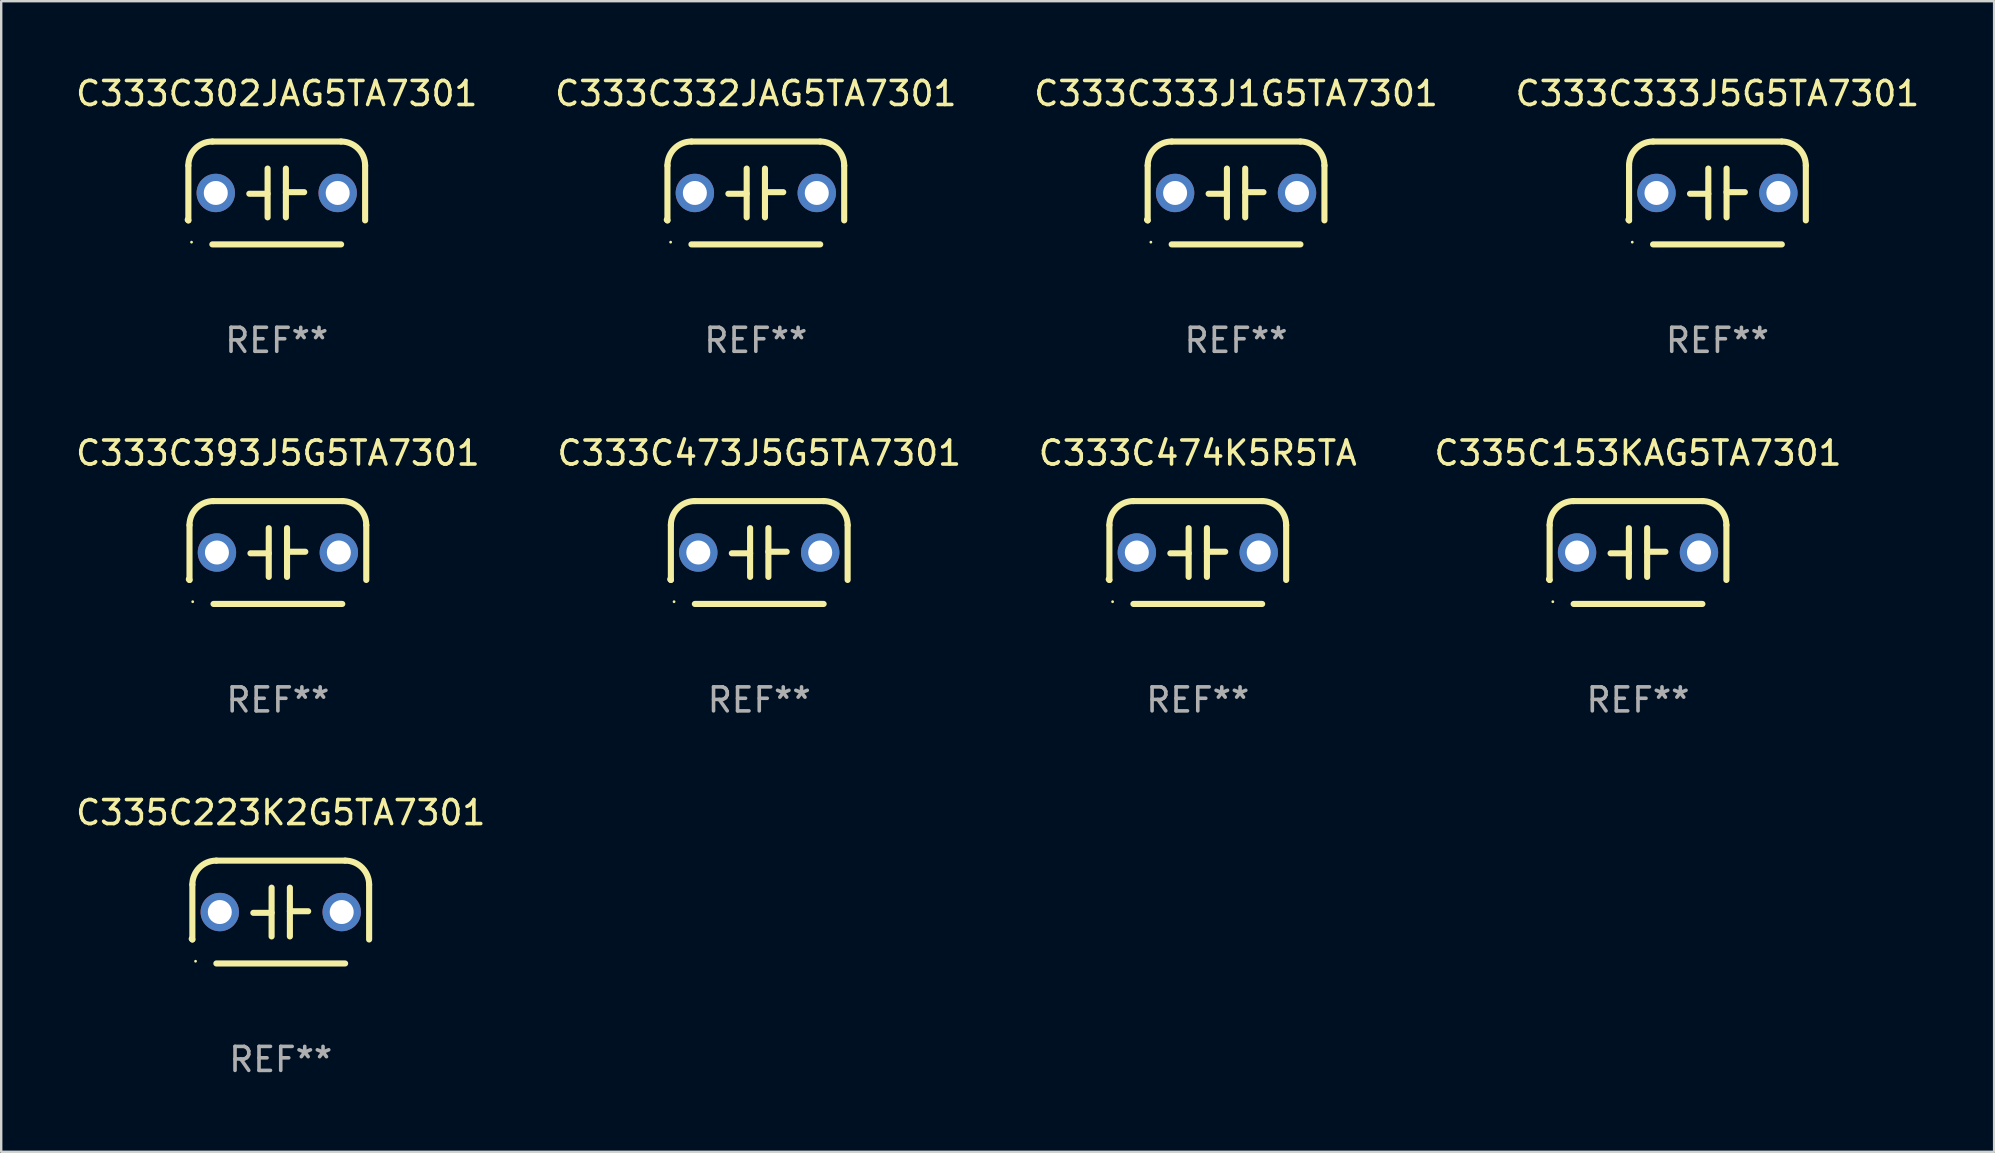
<source format=kicad_pcb>
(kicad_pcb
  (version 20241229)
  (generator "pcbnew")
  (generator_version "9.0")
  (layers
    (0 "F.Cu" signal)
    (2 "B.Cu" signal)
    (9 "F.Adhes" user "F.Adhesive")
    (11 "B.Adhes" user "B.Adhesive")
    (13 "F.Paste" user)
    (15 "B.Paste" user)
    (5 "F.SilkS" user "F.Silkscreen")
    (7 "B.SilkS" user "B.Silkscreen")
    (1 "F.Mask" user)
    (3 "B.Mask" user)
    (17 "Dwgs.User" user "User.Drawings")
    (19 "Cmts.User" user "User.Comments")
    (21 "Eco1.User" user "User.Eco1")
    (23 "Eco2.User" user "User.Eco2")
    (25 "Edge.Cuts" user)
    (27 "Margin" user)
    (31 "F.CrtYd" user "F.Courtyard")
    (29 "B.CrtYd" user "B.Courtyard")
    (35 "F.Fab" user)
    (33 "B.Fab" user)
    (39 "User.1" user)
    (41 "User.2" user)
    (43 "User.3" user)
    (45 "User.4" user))
  (footprint "C333C332JAG5TA7301"
    (layer "F.Cu")
    (at 28.446 4.991)
    (property "Reference" "C333C332JAG5TA7301" (at 0 -4.143 0) (layer "F.SilkS") (effects (font (size 1 1) (thickness 0.15))))
    (attr through_hole)
    (fp_line (start -3.683 -1.143) (end -3.683 1.143) (stroke (width 0.254) (type solid)) (layer "F.SilkS"))
    (fp_line (start -2.683 -2.143) (end 2.683 -2.143) (stroke (width 0.254) (type solid)) (layer "F.SilkS"))
    (fp_line (start -0.381 0.033) (end -1.143 0.033) (stroke (width 0.254) (type solid)) (layer "F.SilkS"))
    (fp_line (start -0.381 1.016) (end -0.381 -1.016) (stroke (width 0.254) (type solid)) (layer "F.SilkS"))
    (fp_line (start 0.381 -1.016) (end 0.381 1.016) (stroke (width 0.254) (type solid)) (layer "F.SilkS"))
    (fp_line (start 0.381 -0.033) (end 1.143 -0.033) (stroke (width 0.254) (type solid)) (layer "F.SilkS"))
    (fp_line (start 2.683 2.143) (end -2.683 2.143) (stroke (width 0.254) (type solid)) (layer "F.SilkS"))
    (fp_line (start 3.683 1.143) (end 3.683 -1.143) (stroke (width 0.254) (type solid)) (layer "F.SilkS"))
    (fp_arc (start -3.710292 1.115763) (mid -3.696656 1.129383) (end -3.68302 1.143002) (stroke (width 0.254001) (type solid)) (layer "F.SilkS"))
    (fp_arc (start -3.682994 -1.142977) (mid -3.390088 -1.850114) (end -2.682944 -2.143002) (stroke (width 0.254001) (type solid)) (layer "F.SilkS"))
    (fp_arc (start 2.682994 -2.143028) (mid 3.390106 -1.850122) (end 3.682995 -1.143002) (stroke (width 0.254001) (type solid)) (layer "F.SilkS"))
    (fp_circle (center -3.55 2.05) (end -3.52 2.05) (stroke (width 0.06) (type solid)) (fill no) (layer "F.SilkS"))
    (fp_text user "REF**" (at 0 6.143 0) (layer "F.Fab") (effects (font (size 1 1) (thickness 0.15))))
    (pad "1" thru_hole circle (at -2.54 0) (size 1.6 1.6) (drill 1) (layers "*.Cu" "*.Mask"))
    (pad "2" thru_hole circle (at 2.54 0) (size 1.6 1.6) (drill 1) (layers "*.Cu" "*.Mask")))
  (footprint "C335C153KAG5TA7301"
    (layer "F.Cu")
    (at 65.208 19.974)
    (property "Reference" "C335C153KAG5TA7301" (at 0 -4.143 0) (layer "F.SilkS") (effects (font (size 1 1) (thickness 0.15))))
    (attr through_hole)
    (fp_line (start -3.683 -1.143) (end -3.683 1.143) (stroke (width 0.254) (type solid)) (layer "F.SilkS"))
    (fp_line (start -2.683 -2.143) (end 2.683 -2.143) (stroke (width 0.254) (type solid)) (layer "F.SilkS"))
    (fp_line (start -0.381 0.033) (end -1.143 0.033) (stroke (width 0.254) (type solid)) (layer "F.SilkS"))
    (fp_line (start -0.381 1.016) (end -0.381 -1.016) (stroke (width 0.254) (type solid)) (layer "F.SilkS"))
    (fp_line (start 0.381 -1.016) (end 0.381 1.016) (stroke (width 0.254) (type solid)) (layer "F.SilkS"))
    (fp_line (start 0.381 -0.033) (end 1.143 -0.033) (stroke (width 0.254) (type solid)) (layer "F.SilkS"))
    (fp_line (start 2.683 2.143) (end -2.683 2.143) (stroke (width 0.254) (type solid)) (layer "F.SilkS"))
    (fp_line (start 3.683 1.143) (end 3.683 -1.143) (stroke (width 0.254) (type solid)) (layer "F.SilkS"))
    (fp_arc (start -3.710292 1.115763) (mid -3.696656 1.129383) (end -3.68302 1.143002) (stroke (width 0.254001) (type solid)) (layer "F.SilkS"))
    (fp_arc (start -3.682994 -1.142977) (mid -3.390088 -1.850114) (end -2.682944 -2.143002) (stroke (width 0.254001) (type solid)) (layer "F.SilkS"))
    (fp_arc (start 2.682994 -2.143028) (mid 3.390106 -1.850122) (end 3.682995 -1.143002) (stroke (width 0.254001) (type solid)) (layer "F.SilkS"))
    (fp_circle (center -3.55 2.05) (end -3.52 2.05) (stroke (width 0.06) (type solid)) (fill no) (layer "F.SilkS"))
    (fp_text user "REF**" (at 0 6.143 0) (layer "F.Fab") (effects (font (size 1 1) (thickness 0.15))))
    (pad "1" thru_hole circle (at -2.54 0) (size 1.6 1.6) (drill 1) (layers "*.Cu" "*.Mask"))
    (pad "2" thru_hole circle (at 2.54 0) (size 1.6 1.6) (drill 1) (layers "*.Cu" "*.Mask")))
  (footprint "C335C223K2G5TA7301"
    (layer "F.Cu")
    (at 8.649 34.956)
    (property "Reference" "C335C223K2G5TA7301" (at 0 -4.143 0) (layer "F.SilkS") (effects (font (size 1 1) (thickness 0.15))))
    (attr through_hole)
    (fp_line (start -3.683 -1.143) (end -3.683 1.143) (stroke (width 0.254) (type solid)) (layer "F.SilkS"))
    (fp_line (start -2.683 -2.143) (end 2.683 -2.143) (stroke (width 0.254) (type solid)) (layer "F.SilkS"))
    (fp_line (start -0.381 0.033) (end -1.143 0.033) (stroke (width 0.254) (type solid)) (layer "F.SilkS"))
    (fp_line (start -0.381 1.016) (end -0.381 -1.016) (stroke (width 0.254) (type solid)) (layer "F.SilkS"))
    (fp_line (start 0.381 -1.016) (end 0.381 1.016) (stroke (width 0.254) (type solid)) (layer "F.SilkS"))
    (fp_line (start 0.381 -0.033) (end 1.143 -0.033) (stroke (width 0.254) (type solid)) (layer "F.SilkS"))
    (fp_line (start 2.683 2.143) (end -2.683 2.143) (stroke (width 0.254) (type solid)) (layer "F.SilkS"))
    (fp_line (start 3.683 1.143) (end 3.683 -1.143) (stroke (width 0.254) (type solid)) (layer "F.SilkS"))
    (fp_arc (start -3.710292 1.115763) (mid -3.696656 1.129383) (end -3.68302 1.143002) (stroke (width 0.254001) (type solid)) (layer "F.SilkS"))
    (fp_arc (start -3.682994 -1.142977) (mid -3.390088 -1.850114) (end -2.682944 -2.143002) (stroke (width 0.254001) (type solid)) (layer "F.SilkS"))
    (fp_arc (start 2.682994 -2.143028) (mid 3.390106 -1.850122) (end 3.682995 -1.143002) (stroke (width 0.254001) (type solid)) (layer "F.SilkS"))
    (fp_circle (center -3.55 2.05) (end -3.52 2.05) (stroke (width 0.06) (type solid)) (fill no) (layer "F.SilkS"))
    (fp_text user "REF**" (at 0 6.143 0) (layer "F.Fab") (effects (font (size 1 1) (thickness 0.15))))
    (pad "1" thru_hole circle (at -2.54 0) (size 1.6 1.6) (drill 1) (layers "*.Cu" "*.Mask"))
    (pad "2" thru_hole circle (at 2.54 0) (size 1.6 1.6) (drill 1) (layers "*.Cu" "*.Mask")))
  (footprint "C333C474K5R5TA"
    (layer "F.Cu")
    (at 46.863 19.974)
    (property "Reference" "C333C474K5R5TA" (at 0 -4.143 0) (layer "F.SilkS") (effects (font (size 1 1) (thickness 0.15))))
    (attr through_hole)
    (fp_line (start -3.683 -1.143) (end -3.683 1.143) (stroke (width 0.254) (type solid)) (layer "F.SilkS"))
    (fp_line (start -2.683 -2.143) (end 2.683 -2.143) (stroke (width 0.254) (type solid)) (layer "F.SilkS"))
    (fp_line (start -0.381 0.033) (end -1.143 0.033) (stroke (width 0.254) (type solid)) (layer "F.SilkS"))
    (fp_line (start -0.381 1.016) (end -0.381 -1.016) (stroke (width 0.254) (type solid)) (layer "F.SilkS"))
    (fp_line (start 0.381 -1.016) (end 0.381 1.016) (stroke (width 0.254) (type solid)) (layer "F.SilkS"))
    (fp_line (start 0.381 -0.033) (end 1.143 -0.033) (stroke (width 0.254) (type solid)) (layer "F.SilkS"))
    (fp_line (start 2.683 2.143) (end -2.683 2.143) (stroke (width 0.254) (type solid)) (layer "F.SilkS"))
    (fp_line (start 3.683 1.143) (end 3.683 -1.143) (stroke (width 0.254) (type solid)) (layer "F.SilkS"))
    (fp_arc (start -3.710292 1.115763) (mid -3.696656 1.129383) (end -3.68302 1.143002) (stroke (width 0.254001) (type solid)) (layer "F.SilkS"))
    (fp_arc (start -3.682994 -1.142977) (mid -3.390088 -1.850114) (end -2.682944 -2.143002) (stroke (width 0.254001) (type solid)) (layer "F.SilkS"))
    (fp_arc (start 2.682994 -2.143028) (mid 3.390106 -1.850122) (end 3.682995 -1.143002) (stroke (width 0.254001) (type solid)) (layer "F.SilkS"))
    (fp_circle (center -3.55 2.05) (end -3.52 2.05) (stroke (width 0.06) (type solid)) (fill no) (layer "F.SilkS"))
    (fp_text user "REF**" (at 0 6.143 0) (layer "F.Fab") (effects (font (size 1 1) (thickness 0.15))))
    (pad "1" thru_hole circle (at -2.54 0) (size 1.6 1.6) (drill 1) (layers "*.Cu" "*.Mask"))
    (pad "2" thru_hole circle (at 2.54 0) (size 1.6 1.6) (drill 1) (layers "*.Cu" "*.Mask")))
  (footprint "C333C333J1G5TA7301"
    (layer "F.Cu")
    (at 48.458 4.991)
    (property "Reference" "C333C333J1G5TA7301" (at 0 -4.143 0) (layer "F.SilkS") (effects (font (size 1 1) (thickness 0.15))))
    (attr through_hole)
    (fp_line (start -3.683 -1.143) (end -3.683 1.143) (stroke (width 0.254) (type solid)) (layer "F.SilkS"))
    (fp_line (start -2.683 -2.143) (end 2.683 -2.143) (stroke (width 0.254) (type solid)) (layer "F.SilkS"))
    (fp_line (start -0.381 0.033) (end -1.143 0.033) (stroke (width 0.254) (type solid)) (layer "F.SilkS"))
    (fp_line (start -0.381 1.016) (end -0.381 -1.016) (stroke (width 0.254) (type solid)) (layer "F.SilkS"))
    (fp_line (start 0.381 -1.016) (end 0.381 1.016) (stroke (width 0.254) (type solid)) (layer "F.SilkS"))
    (fp_line (start 0.381 -0.033) (end 1.143 -0.033) (stroke (width 0.254) (type solid)) (layer "F.SilkS"))
    (fp_line (start 2.683 2.143) (end -2.683 2.143) (stroke (width 0.254) (type solid)) (layer "F.SilkS"))
    (fp_line (start 3.683 1.143) (end 3.683 -1.143) (stroke (width 0.254) (type solid)) (layer "F.SilkS"))
    (fp_arc (start -3.710292 1.115763) (mid -3.696656 1.129383) (end -3.68302 1.143002) (stroke (width 0.254001) (type solid)) (layer "F.SilkS"))
    (fp_arc (start -3.682994 -1.142977) (mid -3.390088 -1.850114) (end -2.682944 -2.143002) (stroke (width 0.254001) (type solid)) (layer "F.SilkS"))
    (fp_arc (start 2.682994 -2.143028) (mid 3.390106 -1.850122) (end 3.682995 -1.143002) (stroke (width 0.254001) (type solid)) (layer "F.SilkS"))
    (fp_circle (center -3.55 2.05) (end -3.52 2.05) (stroke (width 0.06) (type solid)) (fill no) (layer "F.SilkS"))
    (fp_text user "REF**" (at 0 6.143 0) (layer "F.Fab") (effects (font (size 1 1) (thickness 0.15))))
    (pad "1" thru_hole circle (at -2.54 0) (size 1.6 1.6) (drill 1) (layers "*.Cu" "*.Mask"))
    (pad "2" thru_hole circle (at 2.54 0) (size 1.6 1.6) (drill 1) (layers "*.Cu" "*.Mask")))
  (footprint "C333C393J5G5TA7301"
    (layer "F.Cu")
    (at 8.53 19.974)
    (property "Reference" "C333C393J5G5TA7301" (at 0 -4.143 0) (layer "F.SilkS") (effects (font (size 1 1) (thickness 0.15))))
    (attr through_hole)
    (fp_line (start -3.683 -1.143) (end -3.683 1.143) (stroke (width 0.254) (type solid)) (layer "F.SilkS"))
    (fp_line (start -2.683 -2.143) (end 2.683 -2.143) (stroke (width 0.254) (type solid)) (layer "F.SilkS"))
    (fp_line (start -0.381 0.033) (end -1.143 0.033) (stroke (width 0.254) (type solid)) (layer "F.SilkS"))
    (fp_line (start -0.381 1.016) (end -0.381 -1.016) (stroke (width 0.254) (type solid)) (layer "F.SilkS"))
    (fp_line (start 0.381 -1.016) (end 0.381 1.016) (stroke (width 0.254) (type solid)) (layer "F.SilkS"))
    (fp_line (start 0.381 -0.033) (end 1.143 -0.033) (stroke (width 0.254) (type solid)) (layer "F.SilkS"))
    (fp_line (start 2.683 2.143) (end -2.683 2.143) (stroke (width 0.254) (type solid)) (layer "F.SilkS"))
    (fp_line (start 3.683 1.143) (end 3.683 -1.143) (stroke (width 0.254) (type solid)) (layer "F.SilkS"))
    (fp_arc (start -3.710292 1.115763) (mid -3.696656 1.129383) (end -3.68302 1.143002) (stroke (width 0.254001) (type solid)) (layer "F.SilkS"))
    (fp_arc (start -3.682994 -1.142977) (mid -3.390088 -1.850114) (end -2.682944 -2.143002) (stroke (width 0.254001) (type solid)) (layer "F.SilkS"))
    (fp_arc (start 2.682994 -2.143028) (mid 3.390106 -1.850122) (end 3.682995 -1.143002) (stroke (width 0.254001) (type solid)) (layer "F.SilkS"))
    (fp_circle (center -3.55 2.05) (end -3.52 2.05) (stroke (width 0.06) (type solid)) (fill no) (layer "F.SilkS"))
    (fp_text user "REF**" (at 0 6.143 0) (layer "F.Fab") (effects (font (size 1 1) (thickness 0.15))))
    (pad "1" thru_hole circle (at -2.54 0) (size 1.6 1.6) (drill 1) (layers "*.Cu" "*.Mask"))
    (pad "2" thru_hole circle (at 2.54 0) (size 1.6 1.6) (drill 1) (layers "*.Cu" "*.Mask")))
  (footprint "C333C302JAG5TA7301"
    (layer "F.Cu")
    (at 8.482 4.991)
    (property "Reference" "C333C302JAG5TA7301" (at 0 -4.143 0) (layer "F.SilkS") (effects (font (size 1 1) (thickness 0.15))))
    (attr through_hole)
    (fp_line (start -3.683 -1.143) (end -3.683 1.143) (stroke (width 0.254) (type solid)) (layer "F.SilkS"))
    (fp_line (start -2.683 -2.143) (end 2.683 -2.143) (stroke (width 0.254) (type solid)) (layer "F.SilkS"))
    (fp_line (start -0.381 0.033) (end -1.143 0.033) (stroke (width 0.254) (type solid)) (layer "F.SilkS"))
    (fp_line (start -0.381 1.016) (end -0.381 -1.016) (stroke (width 0.254) (type solid)) (layer "F.SilkS"))
    (fp_line (start 0.381 -1.016) (end 0.381 1.016) (stroke (width 0.254) (type solid)) (layer "F.SilkS"))
    (fp_line (start 0.381 -0.033) (end 1.143 -0.033) (stroke (width 0.254) (type solid)) (layer "F.SilkS"))
    (fp_line (start 2.683 2.143) (end -2.683 2.143) (stroke (width 0.254) (type solid)) (layer "F.SilkS"))
    (fp_line (start 3.683 1.143) (end 3.683 -1.143) (stroke (width 0.254) (type solid)) (layer "F.SilkS"))
    (fp_arc (start -3.710292 1.115763) (mid -3.696656 1.129383) (end -3.68302 1.143002) (stroke (width 0.254001) (type solid)) (layer "F.SilkS"))
    (fp_arc (start -3.682994 -1.142977) (mid -3.390088 -1.850114) (end -2.682944 -2.143002) (stroke (width 0.254001) (type solid)) (layer "F.SilkS"))
    (fp_arc (start 2.682994 -2.143028) (mid 3.390106 -1.850122) (end 3.682995 -1.143002) (stroke (width 0.254001) (type solid)) (layer "F.SilkS"))
    (fp_circle (center -3.55 2.05) (end -3.52 2.05) (stroke (width 0.06) (type solid)) (fill no) (layer "F.SilkS"))
    (fp_text user "REF**" (at 0 6.143 0) (layer "F.Fab") (effects (font (size 1 1) (thickness 0.15))))
    (pad "1" thru_hole circle (at -2.54 0) (size 1.6 1.6) (drill 1) (layers "*.Cu" "*.Mask"))
    (pad "2" thru_hole circle (at 2.54 0) (size 1.6 1.6) (drill 1) (layers "*.Cu" "*.Mask")))
  (footprint "C333C473J5G5TA7301"
    (layer "F.Cu")
    (at 28.589 19.974)
    (property "Reference" "C333C473J5G5TA7301" (at 0 -4.143 0) (layer "F.SilkS") (effects (font (size 1 1) (thickness 0.15))))
    (attr through_hole)
    (fp_line (start -3.683 -1.143) (end -3.683 1.143) (stroke (width 0.254) (type solid)) (layer "F.SilkS"))
    (fp_line (start -2.683 -2.143) (end 2.683 -2.143) (stroke (width 0.254) (type solid)) (layer "F.SilkS"))
    (fp_line (start -0.381 0.033) (end -1.143 0.033) (stroke (width 0.254) (type solid)) (layer "F.SilkS"))
    (fp_line (start -0.381 1.016) (end -0.381 -1.016) (stroke (width 0.254) (type solid)) (layer "F.SilkS"))
    (fp_line (start 0.381 -1.016) (end 0.381 1.016) (stroke (width 0.254) (type solid)) (layer "F.SilkS"))
    (fp_line (start 0.381 -0.033) (end 1.143 -0.033) (stroke (width 0.254) (type solid)) (layer "F.SilkS"))
    (fp_line (start 2.683 2.143) (end -2.683 2.143) (stroke (width 0.254) (type solid)) (layer "F.SilkS"))
    (fp_line (start 3.683 1.143) (end 3.683 -1.143) (stroke (width 0.254) (type solid)) (layer "F.SilkS"))
    (fp_arc (start -3.710292 1.115763) (mid -3.696656 1.129383) (end -3.68302 1.143002) (stroke (width 0.254001) (type solid)) (layer "F.SilkS"))
    (fp_arc (start -3.682994 -1.142977) (mid -3.390088 -1.850114) (end -2.682944 -2.143002) (stroke (width 0.254001) (type solid)) (layer "F.SilkS"))
    (fp_arc (start 2.682994 -2.143028) (mid 3.390106 -1.850122) (end 3.682995 -1.143002) (stroke (width 0.254001) (type solid)) (layer "F.SilkS"))
    (fp_circle (center -3.55 2.05) (end -3.52 2.05) (stroke (width 0.06) (type solid)) (fill no) (layer "F.SilkS"))
    (fp_text user "REF**" (at 0 6.143 0) (layer "F.Fab") (effects (font (size 1 1) (thickness 0.15))))
    (pad "1" thru_hole circle (at -2.54 0) (size 1.6 1.6) (drill 1) (layers "*.Cu" "*.Mask"))
    (pad "2" thru_hole circle (at 2.54 0) (size 1.6 1.6) (drill 1) (layers "*.Cu" "*.Mask")))
  (footprint "C333C333J5G5TA7301"
    (layer "F.Cu")
    (at 68.518 4.991)
    (property "Reference" "C333C333J5G5TA7301" (at 0 -4.143 0) (layer "F.SilkS") (effects (font (size 1 1) (thickness 0.15))))
    (attr through_hole)
    (fp_line (start -3.683 -1.143) (end -3.683 1.143) (stroke (width 0.254) (type solid)) (layer "F.SilkS"))
    (fp_line (start -2.683 -2.143) (end 2.683 -2.143) (stroke (width 0.254) (type solid)) (layer "F.SilkS"))
    (fp_line (start -0.381 0.033) (end -1.143 0.033) (stroke (width 0.254) (type solid)) (layer "F.SilkS"))
    (fp_line (start -0.381 1.016) (end -0.381 -1.016) (stroke (width 0.254) (type solid)) (layer "F.SilkS"))
    (fp_line (start 0.381 -1.016) (end 0.381 1.016) (stroke (width 0.254) (type solid)) (layer "F.SilkS"))
    (fp_line (start 0.381 -0.033) (end 1.143 -0.033) (stroke (width 0.254) (type solid)) (layer "F.SilkS"))
    (fp_line (start 2.683 2.143) (end -2.683 2.143) (stroke (width 0.254) (type solid)) (layer "F.SilkS"))
    (fp_line (start 3.683 1.143) (end 3.683 -1.143) (stroke (width 0.254) (type solid)) (layer "F.SilkS"))
    (fp_arc (start -3.710292 1.115763) (mid -3.696656 1.129383) (end -3.68302 1.143002) (stroke (width 0.254001) (type solid)) (layer "F.SilkS"))
    (fp_arc (start -3.682994 -1.142977) (mid -3.390088 -1.850114) (end -2.682944 -2.143002) (stroke (width 0.254001) (type solid)) (layer "F.SilkS"))
    (fp_arc (start 2.682994 -2.143028) (mid 3.390106 -1.850122) (end 3.682995 -1.143002) (stroke (width 0.254001) (type solid)) (layer "F.SilkS"))
    (fp_circle (center -3.55 2.05) (end -3.52 2.05) (stroke (width 0.06) (type solid)) (fill no) (layer "F.SilkS"))
    (fp_text user "REF**" (at 0 6.143 0) (layer "F.Fab") (effects (font (size 1 1) (thickness 0.15))))
    (pad "1" thru_hole circle (at -2.54 0) (size 1.6 1.6) (drill 1) (layers "*.Cu" "*.Mask"))
    (pad "2" thru_hole circle (at 2.54 0) (size 1.6 1.6) (drill 1) (layers "*.Cu" "*.Mask")))
  (gr_rect
    (start -3 -3)
    (end 80.048 44.948)
    (stroke (width 0.1) (type default))
    (fill no)
    (layer "Edge.Cuts")))
</source>
